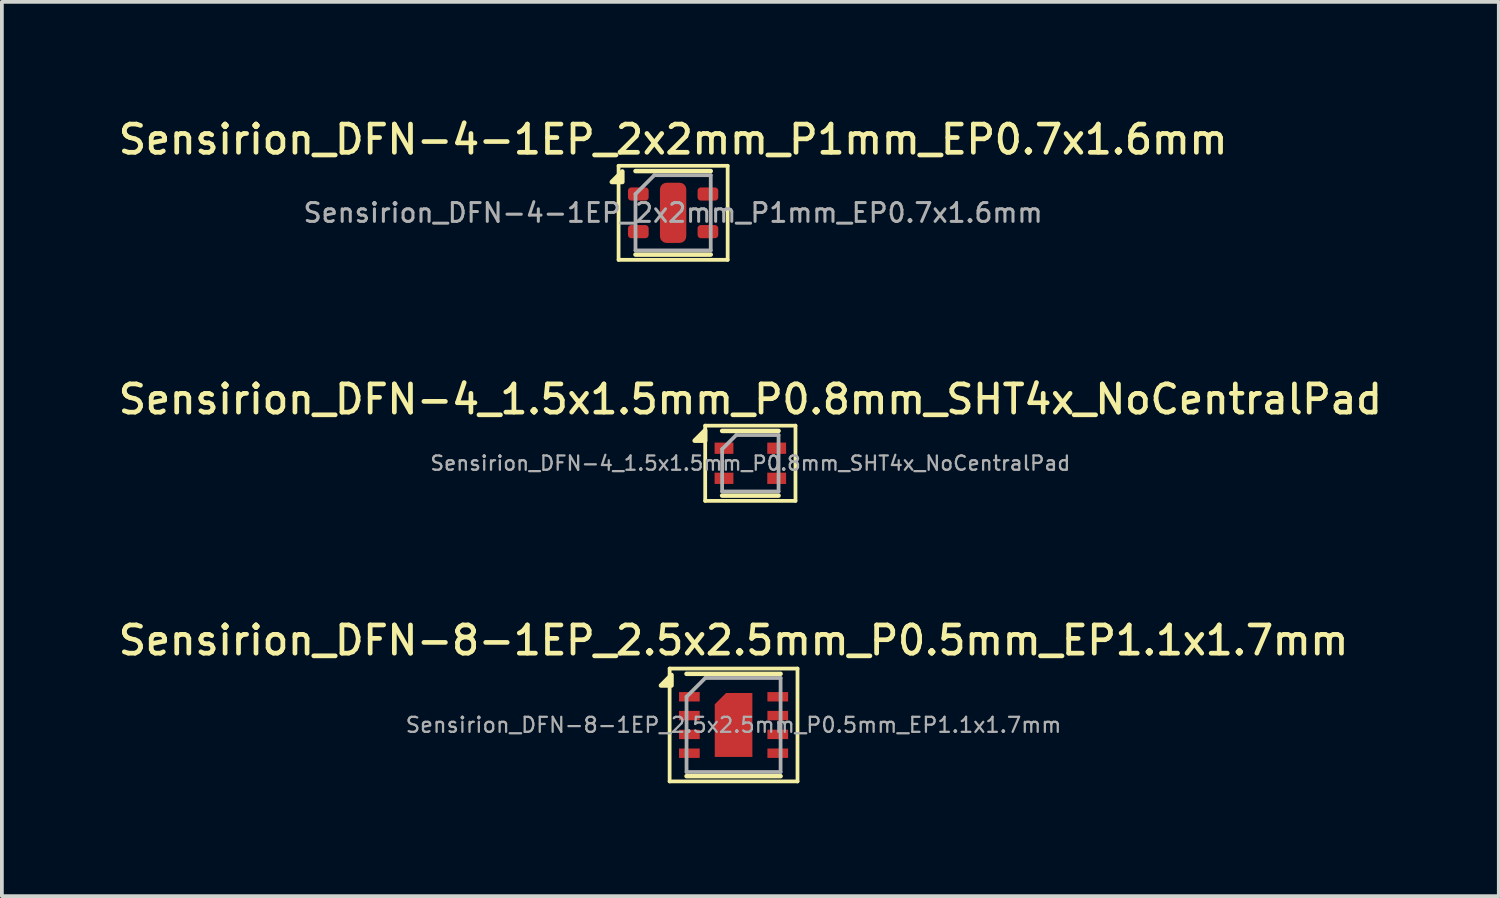
<source format=kicad_pcb>
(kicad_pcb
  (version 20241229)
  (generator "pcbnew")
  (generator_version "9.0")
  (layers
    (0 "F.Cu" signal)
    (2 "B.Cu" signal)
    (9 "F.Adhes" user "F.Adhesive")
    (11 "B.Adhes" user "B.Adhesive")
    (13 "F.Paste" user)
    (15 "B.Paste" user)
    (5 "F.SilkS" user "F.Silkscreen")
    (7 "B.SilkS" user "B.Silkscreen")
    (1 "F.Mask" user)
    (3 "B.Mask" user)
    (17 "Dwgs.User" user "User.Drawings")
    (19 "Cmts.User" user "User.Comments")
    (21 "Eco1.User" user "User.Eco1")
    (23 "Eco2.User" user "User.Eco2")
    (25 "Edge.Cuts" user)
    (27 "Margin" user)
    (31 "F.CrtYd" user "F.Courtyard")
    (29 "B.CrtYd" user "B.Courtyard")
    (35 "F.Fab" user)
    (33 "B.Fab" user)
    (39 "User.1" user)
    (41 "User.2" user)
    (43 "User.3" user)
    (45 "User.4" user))
  (footprint "Sensirion_DFN-4_1.5x1.5mm_P0.8mm_SHT4x_NoCentralPad"
    (layer "F.Cu")
    (at 16.898 9.266)
    (property "Reference" "Sensirion_DFN-4_1.5x1.5mm_P0.8mm_SHT4x_NoCentralPad" (at 0 -1.7 0) (layer "F.SilkS") (effects (font (size 0.75 0.75) (thickness 0.125))))
    (attr smd)
    (fp_line (start -1.2 -1) (end -1.2 1) (stroke (width 0.1) (type solid)) (layer "F.SilkS"))
    (fp_line (start -1.2 1) (end 1.2 1) (stroke (width 0.1) (type solid)) (layer "F.SilkS"))
    (fp_line (start -0.75 -0.86) (end 0.75 -0.86) (stroke (width 0.12) (type solid)) (layer "F.SilkS"))
    (fp_line (start -0.75 0.86) (end 0.75 0.86) (stroke (width 0.12) (type solid)) (layer "F.SilkS"))
    (fp_line (start 1.2 -1) (end -1.2 -1) (stroke (width 0.1) (type solid)) (layer "F.SilkS"))
    (fp_line (start 1.2 1) (end 1.2 -1) (stroke (width 0.1) (type solid)) (layer "F.SilkS"))
    (fp_poly (pts (xy -1.2 -0.6) (xy -1.48 -0.6) (xy -1.2 -0.88) (xy -1.2 -0.6)) (stroke (width 0.12) (type solid)) (fill yes) (layer "F.SilkS"))
    (fp_line (start -0.75 -0.375) (end -0.375 -0.75) (stroke (width 0.1) (type solid)) (layer "F.Fab"))
    (fp_line (start -0.75 0.75) (end -0.75 -0.375) (stroke (width 0.1) (type solid)) (layer "F.Fab"))
    (fp_line (start -0.375 -0.75) (end 0.75 -0.75) (stroke (width 0.1) (type solid)) (layer "F.Fab"))
    (fp_line (start 0.75 -0.75) (end 0.75 0.75) (stroke (width 0.1) (type solid)) (layer "F.Fab"))
    (fp_line (start 0.75 0.75) (end -0.75 0.75) (stroke (width 0.1) (type solid)) (layer "F.Fab"))
    (fp_text user "${REFERENCE}" (at 0 0 0) (layer "F.Fab") (effects (font (size 0.38 0.38) (thickness 0.06))))
    (pad "1" smd rect (at -0.7 -0.4) (size 0.5 0.3) (layers "F.Cu" "F.Mask" "F.Paste"))
    (pad "2" smd rect (at -0.7 0.4) (size 0.5 0.3) (layers "F.Cu" "F.Mask" "F.Paste"))
    (pad "3" smd rect (at 0.7 0.4) (size 0.5 0.3) (layers "F.Cu" "F.Mask" "F.Paste"))
    (pad "4" smd rect (at 0.7 -0.4) (size 0.5 0.3) (layers "F.Cu" "F.Mask" "F.Paste"))
    (zone (net_name "") (layer "F.Cu") (hatch edge 0.508) (connect_pads) (min_thickness 0.254) (filled_areas_thickness no) (keepout (tracks not_allowed) (vias not_allowed) (pads allowed) (copperpour not_allowed) (footprints allowed)) (placement (enabled no)) (fill) (polygon (pts (xy 17.648 8.716) (xy 17.348 8.716) (xy 17.348 9.016) (xy 17.648 9.016) (xy 17.648 9.516) (xy 17.348 9.516) (xy 17.348 9.816) (xy 17.648 9.816) (xy 17.648 10.016) (xy 16.148 10.016) (xy 16.148 9.816) (xy 16.448 9.816) (xy 16.448 9.516) (xy 16.148 9.516) (xy 16.148 9.016) (xy 16.448 9.016) (xy 16.448 8.716) (xy 16.148 8.716) (xy 16.148 8.516) (xy 17.648 8.516)))))
  (footprint "Sensirion_DFN-8-1EP_2.5x2.5mm_P0.5mm_EP1.1x1.7mm"
    (layer "F.Cu")
    (at 16.452 16.224)
    (property "Reference" "Sensirion_DFN-8-1EP_2.5x2.5mm_P0.5mm_EP1.1x1.7mm" (at 0 -2.25 0) (layer "F.SilkS") (effects (font (size 0.75 0.75) (thickness 0.125))))
    (attr smd)
    (fp_line (start -1.7 -1.5) (end -1.7 1.5) (stroke (width 0.1) (type solid)) (layer "F.SilkS"))
    (fp_line (start -1.7 -1.5) (end 1.7 -1.5) (stroke (width 0.1) (type solid)) (layer "F.SilkS"))
    (fp_line (start -1.7 1.5) (end 1.7 1.5) (stroke (width 0.1) (type solid)) (layer "F.SilkS"))
    (fp_line (start -1.25 -1.36) (end 1.25 -1.36) (stroke (width 0.12) (type solid)) (layer "F.SilkS"))
    (fp_line (start -1.25 1.36) (end 1.25 1.36) (stroke (width 0.12) (type solid)) (layer "F.SilkS"))
    (fp_line (start 1.7 -1.5) (end 1.7 1.5) (stroke (width 0.1) (type solid)) (layer "F.SilkS"))
    (fp_poly (pts (xy -1.65 -1.05) (xy -1.93 -1.05) (xy -1.65 -1.33) (xy -1.65 -1.05)) (stroke (width 0.12) (type solid)) (fill yes) (layer "F.SilkS"))
    (fp_line (start -1.25 -0.75) (end -0.75 -1.25) (stroke (width 0.1) (type solid)) (layer "F.Fab"))
    (fp_line (start -1.25 1.25) (end -1.25 -0.75) (stroke (width 0.1) (type solid)) (layer "F.Fab"))
    (fp_line (start -0.75 -1.25) (end 1.25 -1.25) (stroke (width 0.1) (type solid)) (layer "F.Fab"))
    (fp_line (start 1.25 -1.25) (end 1.25 1.25) (stroke (width 0.1) (type solid)) (layer "F.Fab"))
    (fp_line (start 1.25 1.25) (end -1.25 1.25) (stroke (width 0.1) (type solid)) (layer "F.Fab"))
    (fp_text user "${REFERENCE}" (at 0 0 0) (layer "F.Fab") (effects (font (size 0.4 0.4) (thickness 0.06))))
    (pad "" smd custom (at 0 0) (size 0.9 0.9) (layers "F.Paste") (options (anchor rect)) (primitives (gr_poly (pts (xy 0.45 0.8) (xy -0.45 0.8) (xy -0.45 -0.53) (xy -0.18 -0.8) (xy 0.45 -0.8)) (width 0) (fill yes))))
    (pad "1" smd rect (at -1.175 -0.75) (size 0.55 0.25) (layers "F.Cu" "F.Mask" "F.Paste"))
    (pad "2" smd rect (at -1.175 -0.25) (size 0.55 0.25) (layers "F.Cu" "F.Mask" "F.Paste"))
    (pad "3" smd rect (at -1.175 0.25) (size 0.55 0.25) (layers "F.Cu" "F.Mask" "F.Paste"))
    (pad "4" smd rect (at -1.175 0.75 180) (size 0.55 0.25) (layers "F.Cu" "F.Mask" "F.Paste"))
    (pad "5" smd rect (at 1.175 0.75) (size 0.55 0.25) (layers "F.Cu" "F.Mask" "F.Paste"))
    (pad "6" smd rect (at 1.175 0.25) (size 0.55 0.25) (layers "F.Cu" "F.Mask" "F.Paste"))
    (pad "7" smd rect (at 1.175 -0.25) (size 0.55 0.25) (layers "F.Cu" "F.Mask" "F.Paste"))
    (pad "8" smd rect (at 1.175 -0.75) (size 0.55 0.25) (layers "F.Cu" "F.Mask" "F.Paste"))
    (pad "9" smd custom (at 0 0) (size 0.75 0.75) (layers "F.Cu" "F.Mask") (options (anchor circle)) (primitives (gr_poly (pts (xy 0.5 0.85) (xy -0.5 0.85) (xy -0.5 -0.55) (xy -0.2 -0.85) (xy 0.5 -0.85)) (width 0) (fill yes)))))
  (footprint "Sensirion_DFN-4-1EP_2x2mm_P1mm_EP0.7x1.6mm"
    (layer "F.Cu")
    (at 14.845 2.608)
    (property "Reference" "Sensirion_DFN-4-1EP_2x2mm_P1mm_EP0.7x1.6mm" (at 0 -1.95 0) (layer "F.SilkS") (effects (font (size 0.75 0.75) (thickness 0.125))))
    (attr smd)
    (fp_line (start -1.45 -1.25) (end -1.45 1.25) (stroke (width 0.1) (type solid)) (layer "F.SilkS"))
    (fp_line (start -1.45 1.25) (end 1.45 1.25) (stroke (width 0.1) (type solid)) (layer "F.SilkS"))
    (fp_line (start -1 -1.11) (end 1 -1.11) (stroke (width 0.12) (type solid)) (layer "F.SilkS"))
    (fp_line (start -1 1.11) (end 1 1.11) (stroke (width 0.12) (type solid)) (layer "F.SilkS"))
    (fp_line (start 1.45 -1.25) (end -1.45 -1.25) (stroke (width 0.1) (type solid)) (layer "F.SilkS"))
    (fp_line (start 1.45 1.25) (end 1.45 -1.25) (stroke (width 0.1) (type solid)) (layer "F.SilkS"))
    (fp_poly (pts (xy -1.35 -0.82) (xy -1.63 -0.82) (xy -1.35 -1.1) (xy -1.35 -0.82)) (stroke (width 0.12) (type solid)) (fill yes) (layer "F.SilkS"))
    (fp_line (start -1 -0.5) (end -0.5 -1) (stroke (width 0.1) (type solid)) (layer "F.Fab"))
    (fp_line (start -1 1) (end -1 -0.5) (stroke (width 0.1) (type solid)) (layer "F.Fab"))
    (fp_line (start -0.5 -1) (end 1 -1) (stroke (width 0.1) (type solid)) (layer "F.Fab"))
    (fp_line (start 1 -1) (end 1 1) (stroke (width 0.1) (type solid)) (layer "F.Fab"))
    (fp_line (start 1 1) (end -1 1) (stroke (width 0.1) (type solid)) (layer "F.Fab"))
    (fp_text user "${REFERENCE}" (at 0 0 0) (layer "F.Fab") (effects (font (size 0.5 0.5) (thickness 0.08))))
    (pad "" smd roundrect (at -1.025 -0.5) (size 0.55 0.35) (layers "F.Paste") (roundrect_rratio 0.25))
    (pad "" smd roundrect (at -1.025 0.5) (size 0.55 0.35) (layers "F.Paste") (roundrect_rratio 0.25))
    (pad "" smd roundrect (at 0 0) (size 0.5 1.4) (layers "F.Paste") (roundrect_rratio 0.25))
    (pad "" smd roundrect (at 1.025 -0.5 180) (size 0.55 0.35) (layers "F.Paste") (roundrect_rratio 0.25))
    (pad "" smd roundrect (at 1.025 0.5 180) (size 0.55 0.35) (layers "F.Paste") (roundrect_rratio 0.25))
    (pad "1" smd roundrect (at -0.925 -0.5) (size 0.55 0.35) (layers "F.Cu" "F.Mask") (roundrect_rratio 0.25))
    (pad "2" smd roundrect (at -0.925 0.5) (size 0.55 0.35) (layers "F.Cu" "F.Mask") (roundrect_rratio 0.25))
    (pad "3" smd roundrect (at 0.925 0.5) (size 0.55 0.35) (layers "F.Cu" "F.Mask") (roundrect_rratio 0.25))
    (pad "4" smd roundrect (at 0.925 -0.5) (size 0.55 0.35) (layers "F.Cu" "F.Mask") (roundrect_rratio 0.25))
    (pad "5" smd roundrect (at 0 0) (size 0.7 1.6) (layers "F.Cu" "F.Mask") (roundrect_rratio 0.25)))
  (gr_rect
    (start -3 -3)
    (end 36.796 20.774)
    (stroke (width 0.1) (type default))
    (fill no)
    (layer "Edge.Cuts")))
</source>
